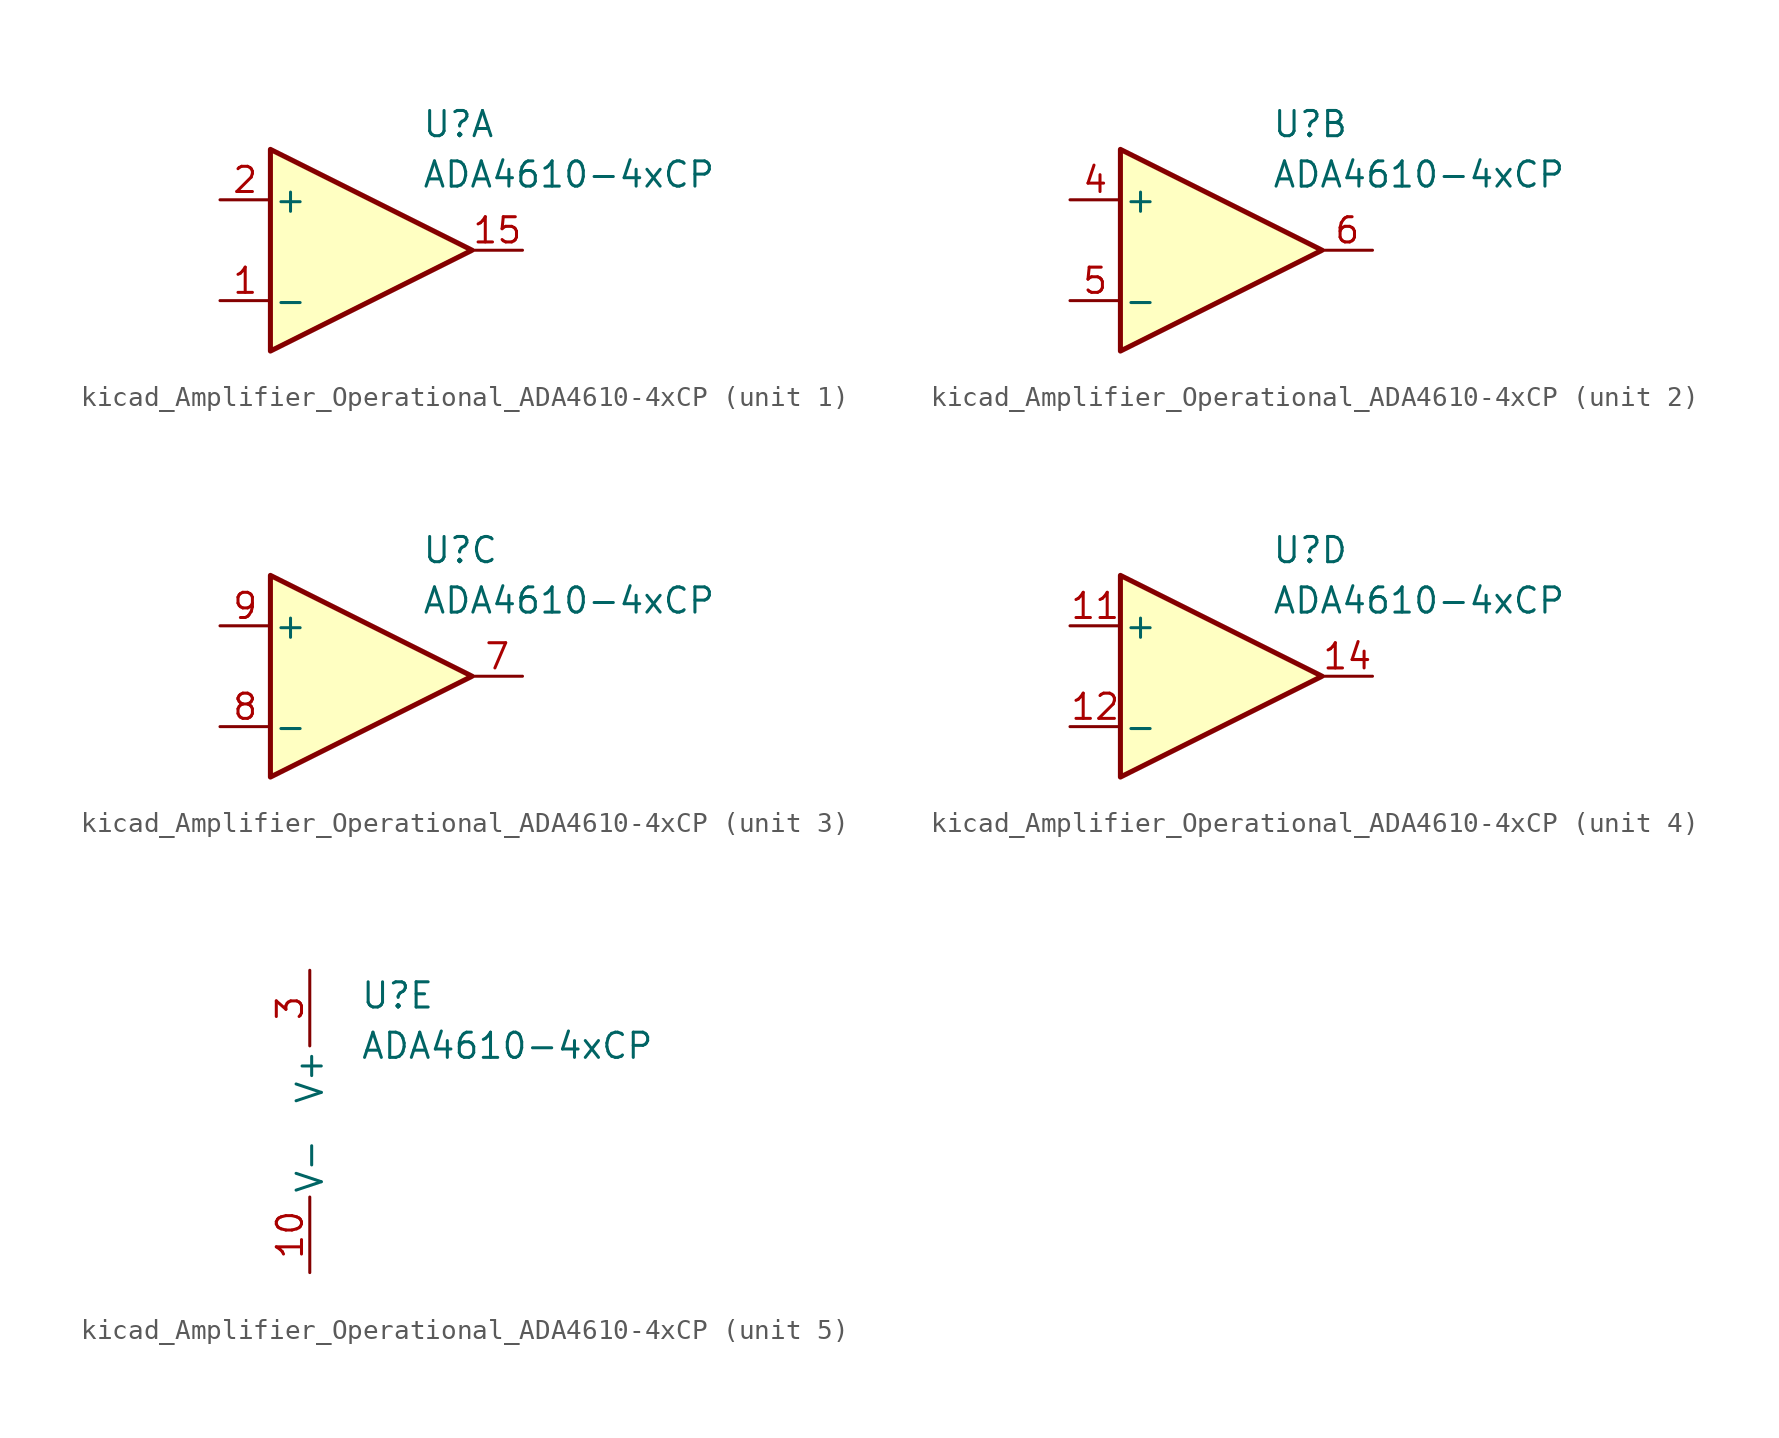
<source format=kicad_sym>
(kicad_symbol_lib
  (version 20220914)
  (generator kicad_symbol_editor)
  (symbol "kicad_Amplifier_Operational_ADA4610-4xCP"
    (pin_names
      (offset 0.127))
    (property "Reference" "U"
      (at 2.54 6.35 0)
      (effects (font (size 1.27 1.27)) (justify left)))
    (property "Value" "ADA4610-4xCP"
      (at 2.54 3.81 0)
      (effects (font (size 1.27 1.27)) (justify left)))
    (property "ki_locked" ""
      (at 0 0 0)
      (effects (font (size 1.27 1.27))))
    (symbol "kicad_Amplifier_Operational_ADA4610-4xCP_1_1"
      (polyline (pts (xy 5.08 0) (xy -5.08 5.08) (xy -5.08 -5.08) (xy 5.08 0)) (stroke (width 0.254) (type default)) (fill (type background)))
      (pin input line (at -7.62 -2.54 0) (length 2.54) (name "-" (effects (font (size 1.27 1.27)))) (number "1" (effects (font (size 1.27 1.27)))))
      (pin no_connect line (at 0 2.54 270) (length 2.54) hide (name "NIC" (effects (font (size 1.27 1.27)))) (number "13" (effects (font (size 1.27 1.27)))))
      (pin output line (at 7.62 0 180) (length 2.54) (name "~" (effects (font (size 1.27 1.27)))) (number "15" (effects (font (size 1.27 1.27)))))
      (pin no_connect line (at 0 -2.54 90) (length 2.54) hide (name "NIC" (effects (font (size 1.27 1.27)))) (number "16" (effects (font (size 1.27 1.27)))))
      (pin input line (at -7.62 2.54 0) (length 2.54) (name "+" (effects (font (size 1.27 1.27)))) (number "2" (effects (font (size 1.27 1.27))))))
    (symbol "kicad_Amplifier_Operational_ADA4610-4xCP_2_1"
      (polyline (pts (xy -5.08 5.08) (xy -5.08 -5.08) (xy 5.08 0) (xy -5.08 5.08)) (stroke (width 0.254) (type default)) (fill (type background)))
      (pin input line (at -7.62 2.54 0) (length 2.54) (name "+" (effects (font (size 1.27 1.27)))) (number "4" (effects (font (size 1.27 1.27)))))
      (pin input line (at -7.62 -2.54 0) (length 2.54) (name "-" (effects (font (size 1.27 1.27)))) (number "5" (effects (font (size 1.27 1.27)))))
      (pin output line (at 7.62 0 180) (length 2.54) (name "~" (effects (font (size 1.27 1.27)))) (number "6" (effects (font (size 1.27 1.27))))))
    (symbol "kicad_Amplifier_Operational_ADA4610-4xCP_3_1"
      (polyline (pts (xy 5.08 0) (xy -5.08 5.08) (xy -5.08 -5.08) (xy 5.08 0)) (stroke (width 0.254) (type default)) (fill (type background)))
      (pin output line (at 7.62 0 180) (length 2.54) (name "~" (effects (font (size 1.27 1.27)))) (number "7" (effects (font (size 1.27 1.27)))))
      (pin input line (at -7.62 -2.54 0) (length 2.54) (name "-" (effects (font (size 1.27 1.27)))) (number "8" (effects (font (size 1.27 1.27)))))
      (pin input line (at -7.62 2.54 0) (length 2.54) (name "+" (effects (font (size 1.27 1.27)))) (number "9" (effects (font (size 1.27 1.27))))))
    (symbol "kicad_Amplifier_Operational_ADA4610-4xCP_4_1"
      (polyline (pts (xy -5.08 5.08) (xy 5.08 0) (xy -5.08 -5.08) (xy -5.08 5.08)) (stroke (width 0.254) (type default)) (fill (type background)))
      (pin input line (at -7.62 2.54 0) (length 2.54) (name "+" (effects (font (size 1.27 1.27)))) (number "11" (effects (font (size 1.27 1.27)))))
      (pin input line (at -7.62 -2.54 0) (length 2.54) (name "-" (effects (font (size 1.27 1.27)))) (number "12" (effects (font (size 1.27 1.27)))))
      (pin output line (at 7.62 0 180) (length 2.54) (name "~" (effects (font (size 1.27 1.27)))) (number "14" (effects (font (size 1.27 1.27))))))
    (symbol "kicad_Amplifier_Operational_ADA4610-4xCP_5_1"
      (pin power_in line (at 0 -7.62 90) (length 3.81) (name "V-" (effects (font (size 1.27 1.27)))) (number "10" (effects (font (size 1.27 1.27)))))
      (pin passive line (at 0 -7.62 90) (length 3.81) hide (name "V-" (effects (font (size 1.27 1.27)))) (number "17" (effects (font (size 1.27 1.27)))))
      (pin power_in line (at 0 7.62 270) (length 3.81) (name "V+" (effects (font (size 1.27 1.27)))) (number "3" (effects (font (size 1.27 1.27))))))))
</source>
